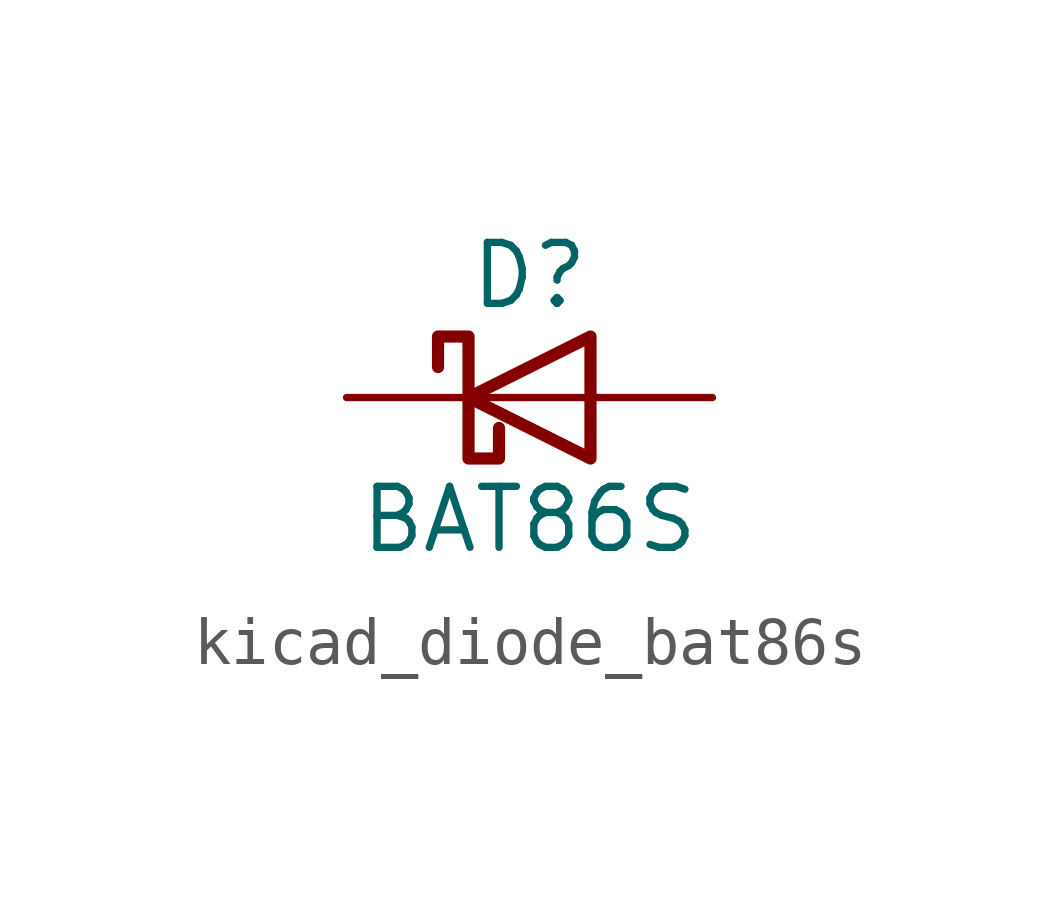
<source format=kicad_sym>
(kicad_symbol_lib
  (version 20220914)
  (generator kicad_symbol_editor)
  (symbol "kicad_diode_bat86s"
    (pin_numbers hide)
    (pin_names
      (offset 1.016) hide)
    (property "Reference" "D"
      (at 0 2.54 0)
      (effects (font (size 1.27 1.27))))
    (property "Value" "BAT86S"
      (at 0 -2.54 0)
      (effects (font (size 1.27 1.27))))
    (symbol "kicad_diode_bat86s_0_1"
      (polyline (pts (xy 1.27 0) (xy -1.27 0)) (stroke (width 0) (type default)) (fill (type none)))
      (polyline (pts (xy 1.27 1.27) (xy 1.27 -1.27) (xy -1.27 0) (xy 1.27 1.27)) (stroke (width 0.254) (type default)) (fill (type none)))
      (polyline (pts (xy -1.905 0.635) (xy -1.905 1.27) (xy -1.27 1.27) (xy -1.27 -1.27) (xy -0.635 -1.27) (xy -0.635 -0.635)) (stroke (width 0.254) (type default)) (fill (type none))))
    (symbol "kicad_diode_bat86s_1_1"
      (pin passive line (at -3.81 0 0) (length 2.54) (name "K" (effects (font (size 1.27 1.27)))) (number "1" (effects (font (size 1.27 1.27)))))
      (pin passive line (at 3.81 0 180) (length 2.54) (name "A" (effects (font (size 1.27 1.27)))) (number "2" (effects (font (size 1.27 1.27))))))))
</source>
